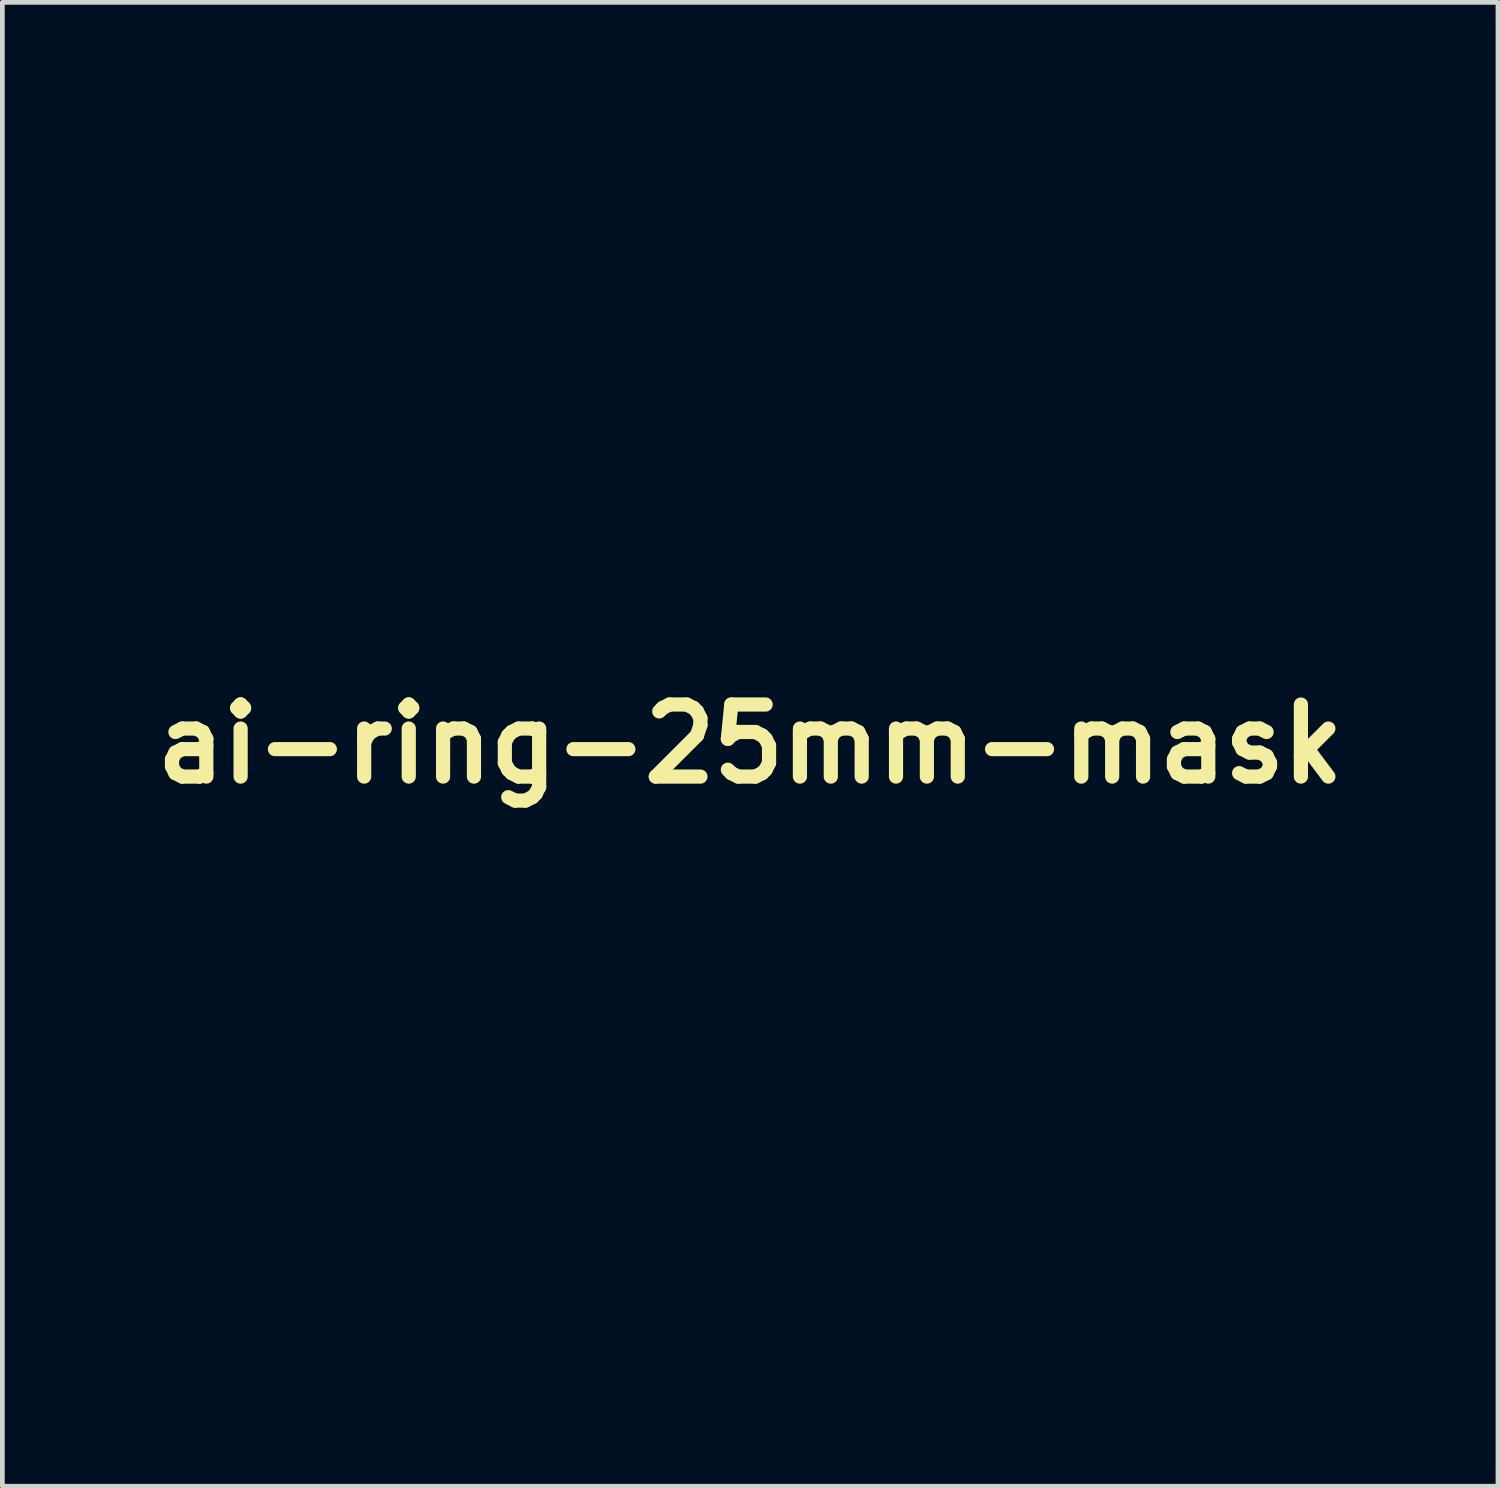
<source format=kicad_pcb>
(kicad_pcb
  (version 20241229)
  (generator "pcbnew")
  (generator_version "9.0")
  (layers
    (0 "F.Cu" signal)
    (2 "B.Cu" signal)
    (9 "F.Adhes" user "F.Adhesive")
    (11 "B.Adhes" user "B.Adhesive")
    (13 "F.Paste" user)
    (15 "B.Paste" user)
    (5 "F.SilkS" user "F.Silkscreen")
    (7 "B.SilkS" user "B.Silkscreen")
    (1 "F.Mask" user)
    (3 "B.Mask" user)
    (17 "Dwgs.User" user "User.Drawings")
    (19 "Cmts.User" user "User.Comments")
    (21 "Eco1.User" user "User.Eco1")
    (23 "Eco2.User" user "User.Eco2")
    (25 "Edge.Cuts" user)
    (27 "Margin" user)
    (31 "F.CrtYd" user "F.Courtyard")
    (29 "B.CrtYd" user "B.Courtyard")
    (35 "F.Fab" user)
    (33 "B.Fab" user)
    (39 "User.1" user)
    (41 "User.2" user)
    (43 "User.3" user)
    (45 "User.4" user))
  (footprint "ai-ring-25mm-mask"
    (layer "F.Cu")
    (at 12.816 12.685)
    (property "Reference" "ai-ring-25mm-mask" (at 0 0 0) (layer "F.SilkS") (effects (font (size 1.524 1.524) (thickness 0.3))))
    (attr through_hole)
    (fp_poly (pts (xy -4.267 5.554) (xy -5.994 5.554) (xy -5.994 3.827) (xy -4.267 3.827) (xy -4.267 5.554)) (stroke (width 0.01) (type solid)) (fill yes) (layer "F.Mask"))
    (fp_poly (pts (xy -2.54 2.201) (xy -4.267 2.201) (xy -4.267 0.474) (xy -2.54 0.474) (xy -2.54 2.201)) (stroke (width 0.01) (type solid)) (fill yes) (layer "F.Mask"))
    (fp_poly (pts (xy -0.914 -1.253) (xy -2.54 -1.253) (xy -2.54 -2.879) (xy -0.914 -2.879) (xy -0.914 -1.253)) (stroke (width 0.01) (type solid)) (fill yes) (layer "F.Mask"))
    (fp_poly (pts (xy 0.813 -4.606) (xy -0.914 -4.606) (xy -0.914 -6.333) (xy 0.813 -6.333) (xy 0.813 -4.606)) (stroke (width 0.01) (type solid)) (fill yes) (layer "F.Mask"))
    (fp_poly (pts (xy 0.813 2.201) (xy -0.914 2.201) (xy -0.914 0.474) (xy 0.813 0.474) (xy 0.813 2.201)) (stroke (width 0.01) (type solid)) (fill yes) (layer "F.Mask"))
    (fp_poly (pts (xy 2.54 -1.253) (xy 0.813 -1.253) (xy 0.813 -2.879) (xy 2.54 -2.879) (xy 2.54 -1.253)) (stroke (width 0.01) (type solid)) (fill yes) (layer "F.Mask"))
    (fp_poly (pts (xy 4.166 2.201) (xy 2.54 2.201) (xy 2.54 0.474) (xy 4.166 0.474) (xy 4.166 2.201)) (stroke (width 0.01) (type solid)) (fill yes) (layer "F.Mask"))
    (fp_poly (pts (xy 5.893 5.554) (xy 4.166 5.554) (xy 4.166 3.827) (xy 5.893 3.827) (xy 5.893 5.554)) (stroke (width 0.01) (type solid)) (fill yes) (layer "F.Mask"))
    (fp_poly (pts (xy 0.017 -12.68) (xy 0.547 -12.674) (xy 1.023 -12.657) (xy 1.461 -12.625) (xy 1.874 -12.579) (xy 2.276 -12.515) (xy 2.681 -12.432) (xy 3.103 -12.329) (xy 3.297 -12.278) (xy 4.186 -11.999) (xy 5.049 -11.661) (xy 5.88 -11.264) (xy 6.677 -10.81) (xy 7.437 -10.301) (xy 8.086 -9.798) (xy 8.759 -9.197) (xy 9.388 -8.551) (xy 9.969 -7.864) (xy 10.501 -7.14) (xy 10.98 -6.384) (xy 11.403 -5.6) (xy 11.768 -4.794) (xy 12.071 -3.969) (xy 12.279 -3.252) (xy 12.42 -2.655) (xy 12.528 -2.092) (xy 12.606 -1.54) (xy 12.658 -0.977) (xy 12.687 -0.379) (xy 12.69 -0.271) (xy 12.678 0.66) (xy 12.6 1.577) (xy 12.457 2.478) (xy 12.247 3.364) (xy 11.971 4.235) (xy 11.698 4.934) (xy 11.578 5.213) (xy 11.475 5.444) (xy 11.382 5.643) (xy 11.29 5.826) (xy 11.192 6.009) (xy 11.08 6.206) (xy 10.956 6.418) (xy 10.447 7.212) (xy 9.892 7.958) (xy 9.29 8.655) (xy 8.64 9.303) (xy 7.942 9.905) (xy 7.196 10.459) (xy 6.418 10.956) (xy 6.192 11.088) (xy 5.996 11.199) (xy 5.814 11.296) (xy 5.631 11.388) (xy 5.43 11.481) (xy 5.196 11.585) (xy 4.934 11.698) (xy 4.524 11.866) (xy 4.145 12.007) (xy 3.774 12.129) (xy 3.383 12.239) (xy 3.031 12.328) (xy 2.329 12.479) (xy 1.659 12.589) (xy 1.001 12.659) (xy 0.336 12.691) (xy -0.051 12.693) (xy -0.269 12.691) (xy -0.475 12.688) (xy -0.653 12.685) (xy -0.792 12.681) (xy -0.877 12.677) (xy -0.881 12.677) (xy -1.803 12.575) (xy -2.711 12.408) (xy -3.6 12.179) (xy -4.468 11.888) (xy -5.31 11.538) (xy -6.123 11.128) (xy -6.902 10.662) (xy -7.547 10.214) (xy -8.284 9.623) (xy -8.97 8.99) (xy -9.602 8.316) (xy -10.181 7.602) (xy -10.704 6.849) (xy -11.171 6.059) (xy -11.581 5.233) (xy -11.933 4.373) (xy -12.226 3.48) (xy -12.278 3.297) (xy -12.39 2.862) (xy -12.481 2.451) (xy -12.553 2.05) (xy -12.607 1.643) (xy -12.645 1.218) (xy -12.668 0.76) (xy -12.679 0.255) (xy -12.68 0.017) (xy -12.677 -0.219) (xy -10.407 -0.219) (xy -10.407 0.123) (xy -10.4 0.463) (xy -10.386 0.783) (xy -10.366 1.067) (xy -10.35 1.219) (xy -10.214 2.061) (xy -10.015 2.879) (xy -9.754 3.67) (xy -9.431 4.435) (xy -9.047 5.17) (xy -8.604 5.874) (xy -8.101 6.547) (xy -7.54 7.185) (xy -7.444 7.284) (xy -6.872 7.826) (xy -6.25 8.33) (xy -5.591 8.785) (xy -4.906 9.185) (xy -4.711 9.286) (xy -4.393 9.443) (xy -4.115 9.572) (xy -3.857 9.681) (xy -3.6 9.778) (xy -3.326 9.87) (xy -3.048 9.955) (xy -2.241 10.166) (xy -1.448 10.313) (xy -0.664 10.397) (xy 0.117 10.418) (xy 0.903 10.377) (xy 1.187 10.347) (xy 1.986 10.223) (xy 2.752 10.045) (xy 3.496 9.808) (xy 4.228 9.511) (xy 4.642 9.314) (xy 5.37 8.915) (xy 6.05 8.472) (xy 6.686 7.983) (xy 7.28 7.443) (xy 7.836 6.851) (xy 8.357 6.203) (xy 8.819 5.539) (xy 8.926 5.363) (xy 9.051 5.141) (xy 9.186 4.887) (xy 9.324 4.618) (xy 9.456 4.348) (xy 9.575 4.094) (xy 9.673 3.87) (xy 9.731 3.725) (xy 9.999 2.908) (xy 10.201 2.086) (xy 10.337 1.261) (xy 10.407 0.435) (xy 10.41 -0.389) (xy 10.347 -1.209) (xy 10.216 -2.022) (xy 10.174 -2.218) (xy 10.031 -2.8) (xy 9.867 -3.338) (xy 9.676 -3.857) (xy 9.447 -4.38) (xy 9.286 -4.711) (xy 8.887 -5.431) (xy 8.431 -6.116) (xy 7.922 -6.761) (xy 7.364 -7.365) (xy 6.76 -7.923) (xy 6.113 -8.433) (xy 5.427 -8.892) (xy 4.704 -9.297) (xy 4.089 -9.585) (xy 3.357 -9.868) (xy 2.62 -10.09) (xy 1.872 -10.252) (xy 1.102 -10.357) (xy 0.302 -10.405) (xy 0.034 -10.409) (xy -0.811 -10.381) (xy -1.629 -10.293) (xy -2.422 -10.143) (xy -3.195 -9.93) (xy -3.949 -9.654) (xy -4.69 -9.312) (xy -5.419 -8.904) (xy -5.848 -8.63) (xy -6.443 -8.197) (xy -7.016 -7.709) (xy -7.559 -7.173) (xy -8.066 -6.598) (xy -8.53 -5.993) (xy -8.943 -5.365) (xy -9.299 -4.723) (xy -9.447 -4.411) (xy -9.709 -3.793) (xy -9.923 -3.199) (xy -10.095 -2.611) (xy -10.23 -2.009) (xy -10.331 -1.376) (xy -10.367 -1.084) (xy -10.388 -0.84) (xy -10.401 -0.546) (xy -10.407 -0.219) (xy -12.677 -0.219) (xy -12.673 -0.593) (xy -12.648 -1.152) (xy -12.603 -1.672) (xy -12.535 -2.17) (xy -12.443 -2.659) (xy -12.323 -3.153) (xy -12.173 -3.666) (xy -11.991 -4.214) (xy -11.924 -4.403) (xy -11.589 -5.233) (xy -11.193 -6.037) (xy -10.736 -6.812) (xy -10.219 -7.558) (xy -9.643 -8.273) (xy -9.008 -8.956) (xy -8.316 -9.607) (xy -7.86 -9.992) (xy -7.494 -10.271) (xy -7.078 -10.558) (xy -6.627 -10.844) (xy -6.158 -11.119) (xy -5.685 -11.373) (xy -5.224 -11.597) (xy -5.199 -11.609) (xy -4.9 -11.736) (xy -4.554 -11.87) (xy -4.178 -12.004) (xy -3.792 -12.132) (xy -3.414 -12.247) (xy -3.062 -12.344) (xy -2.926 -12.378) (xy -2.529 -12.466) (xy -2.149 -12.537) (xy -1.773 -12.592) (xy -1.388 -12.633) (xy -0.979 -12.66) (xy -0.532 -12.675) (xy -0.033 -12.68) (xy 0.017 -12.68)) (stroke (width 0.01) (type solid)) (fill yes) (layer "F.Mask")))
  (gr_rect
    (start -3 -3)
    (end 28.632 28.384)
    (stroke (width 0.1) (type default))
    (fill no)
    (layer "Edge.Cuts")))
</source>
